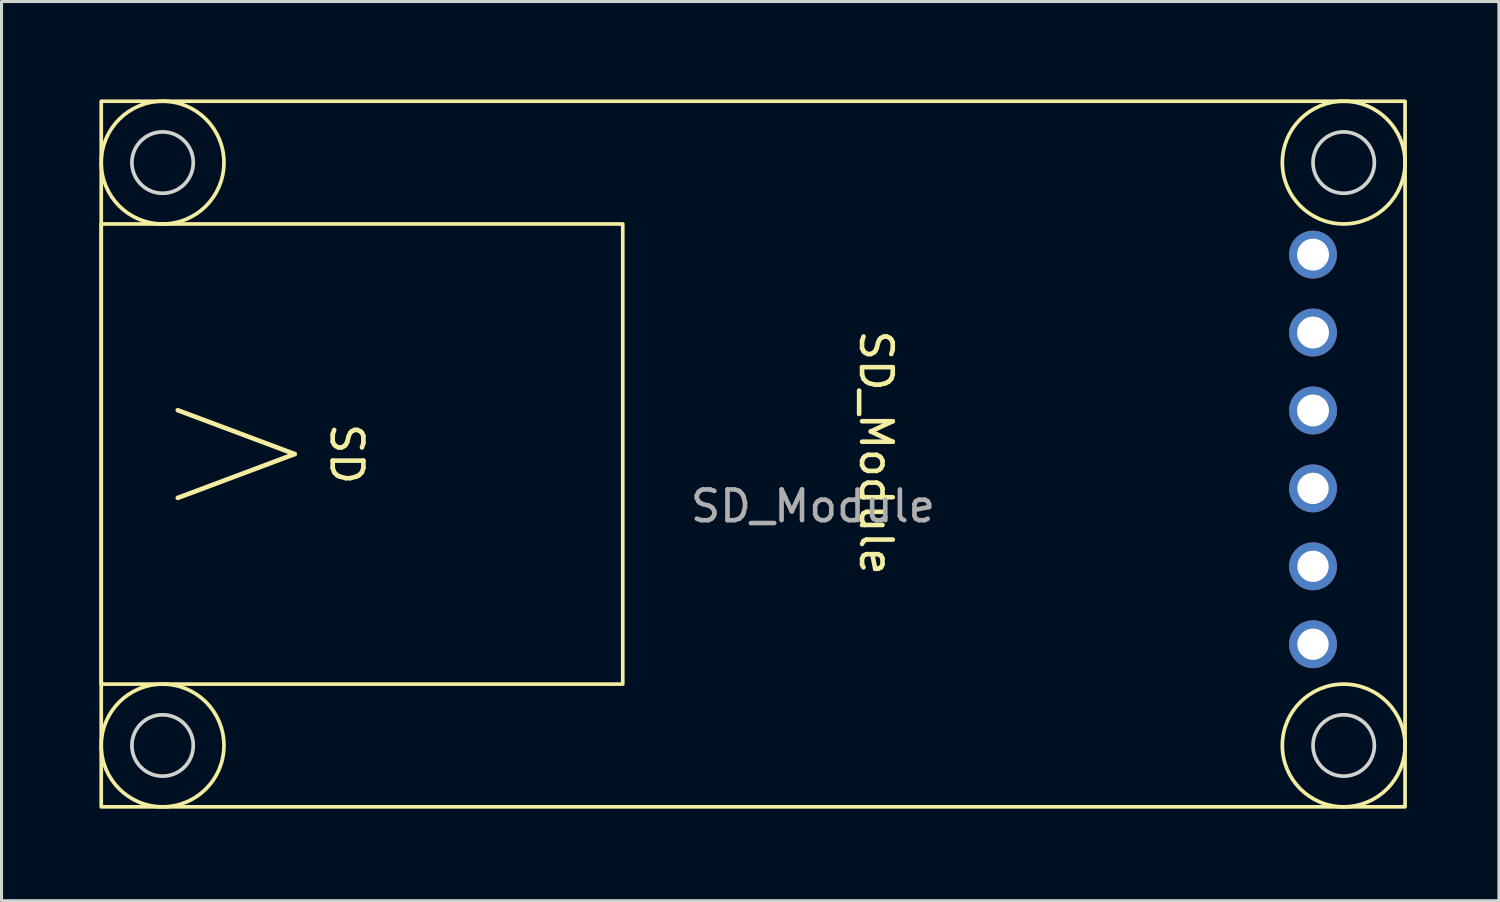
<source format=kicad_pcb>
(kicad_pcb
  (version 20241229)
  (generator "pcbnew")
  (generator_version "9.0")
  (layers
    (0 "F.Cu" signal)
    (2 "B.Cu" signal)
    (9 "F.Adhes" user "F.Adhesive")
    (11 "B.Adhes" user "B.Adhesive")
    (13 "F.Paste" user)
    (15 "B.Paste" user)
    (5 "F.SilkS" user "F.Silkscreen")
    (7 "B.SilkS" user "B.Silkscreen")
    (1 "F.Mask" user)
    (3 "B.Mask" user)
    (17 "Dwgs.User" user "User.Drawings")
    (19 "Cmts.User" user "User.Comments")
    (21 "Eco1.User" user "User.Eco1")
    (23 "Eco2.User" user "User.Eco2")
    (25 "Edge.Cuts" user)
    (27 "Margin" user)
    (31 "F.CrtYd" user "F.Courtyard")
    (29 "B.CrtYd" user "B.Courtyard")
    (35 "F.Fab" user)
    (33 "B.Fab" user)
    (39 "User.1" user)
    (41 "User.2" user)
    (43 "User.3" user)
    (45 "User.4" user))
  (footprint "SD_Module"
    (layer "F.Cu")
    (at 0.25 0.25)
    (property "Reference" "SD_Module" (at 25.255 11.455 270) (unlocked yes) (layer "F.SilkS") (effects (font (size 1 1) (thickness 0.15))))
    (attr through_hole)
    (fp_rect (start 0 0) (end 42.5 23) (stroke (width 0.12) (type solid)) (fill no) (layer "F.SilkS"))
    (fp_rect (start 0 4) (end 17 19) (stroke (width 0.12) (type solid)) (fill no) (layer "F.SilkS"))
    (fp_circle (center 2 2) (end 4 2) (stroke (width 0.12) (type solid)) (fill no) (layer "F.SilkS"))
    (fp_circle (center 2 21) (end 4 21) (stroke (width 0.12) (type solid)) (fill no) (layer "F.SilkS"))
    (fp_circle (center 40.5 2) (end 42.5 2) (stroke (width 0.12) (type solid)) (fill no) (layer "F.SilkS"))
    (fp_circle (center 40.5 21) (end 42.5 21) (stroke (width 0.12) (type solid)) (fill no) (layer "F.SilkS"))
    (fp_circle (center 2 2) (end 3 2) (stroke (width 0.12) (type solid)) (fill no) (layer "Edge.Cuts"))
    (fp_circle (center 2 21) (end 3 21) (stroke (width 0.12) (type solid)) (fill no) (layer "Edge.Cuts"))
    (fp_circle (center 40.5 2) (end 41.5 2) (stroke (width 0.12) (type solid)) (fill no) (layer "Edge.Cuts"))
    (fp_circle (center 40.5 21) (end 41.5 21) (stroke (width 0.12) (type solid)) (fill no) (layer "Edge.Cuts"))
    (fp_text user ">" (at 4.4 11.1 0) (unlocked yes) (layer "F.SilkS") (effects (font (size 5 5) (thickness 0.15))))
    (fp_text user "SD" (at 8 11.5 270) (unlocked yes) (layer "F.SilkS") (effects (font (size 1 1) (thickness 0.15))))
    (fp_text user "${REFERENCE}" (at 23.2 13.2 0) (unlocked yes) (layer "F.Fab") (effects (font (size 1 1) (thickness 0.15))))
    (pad "1" thru_hole circle (at 39.5 5) (size 1.56 1.56) (drill 1.04) (layers "*.Cu" "*.Mask"))
    (pad "2" thru_hole circle (at 39.5 7.54) (size 1.56 1.56) (drill 1.04) (layers "*.Cu" "*.Mask"))
    (pad "3" thru_hole circle (at 39.5 10.08) (size 1.56 1.56) (drill 1.04) (layers "*.Cu" "*.Mask"))
    (pad "4" thru_hole circle (at 39.5 12.62) (size 1.56 1.56) (drill 1.02) (layers "*.Cu" "*.Mask"))
    (pad "5" thru_hole circle (at 39.5 15.16) (size 1.56 1.56) (drill 1.02) (layers "*.Cu" "*.Mask"))
    (pad "6" thru_hole circle (at 39.5 17.7) (size 1.56 1.56) (drill 1.02) (layers "*.Cu" "*.Mask")))
  (gr_rect
    (start -3 -3)
    (end 45.81 26.31)
    (stroke (width 0.1) (type default))
    (fill no)
    (layer "Edge.Cuts")))
</source>
